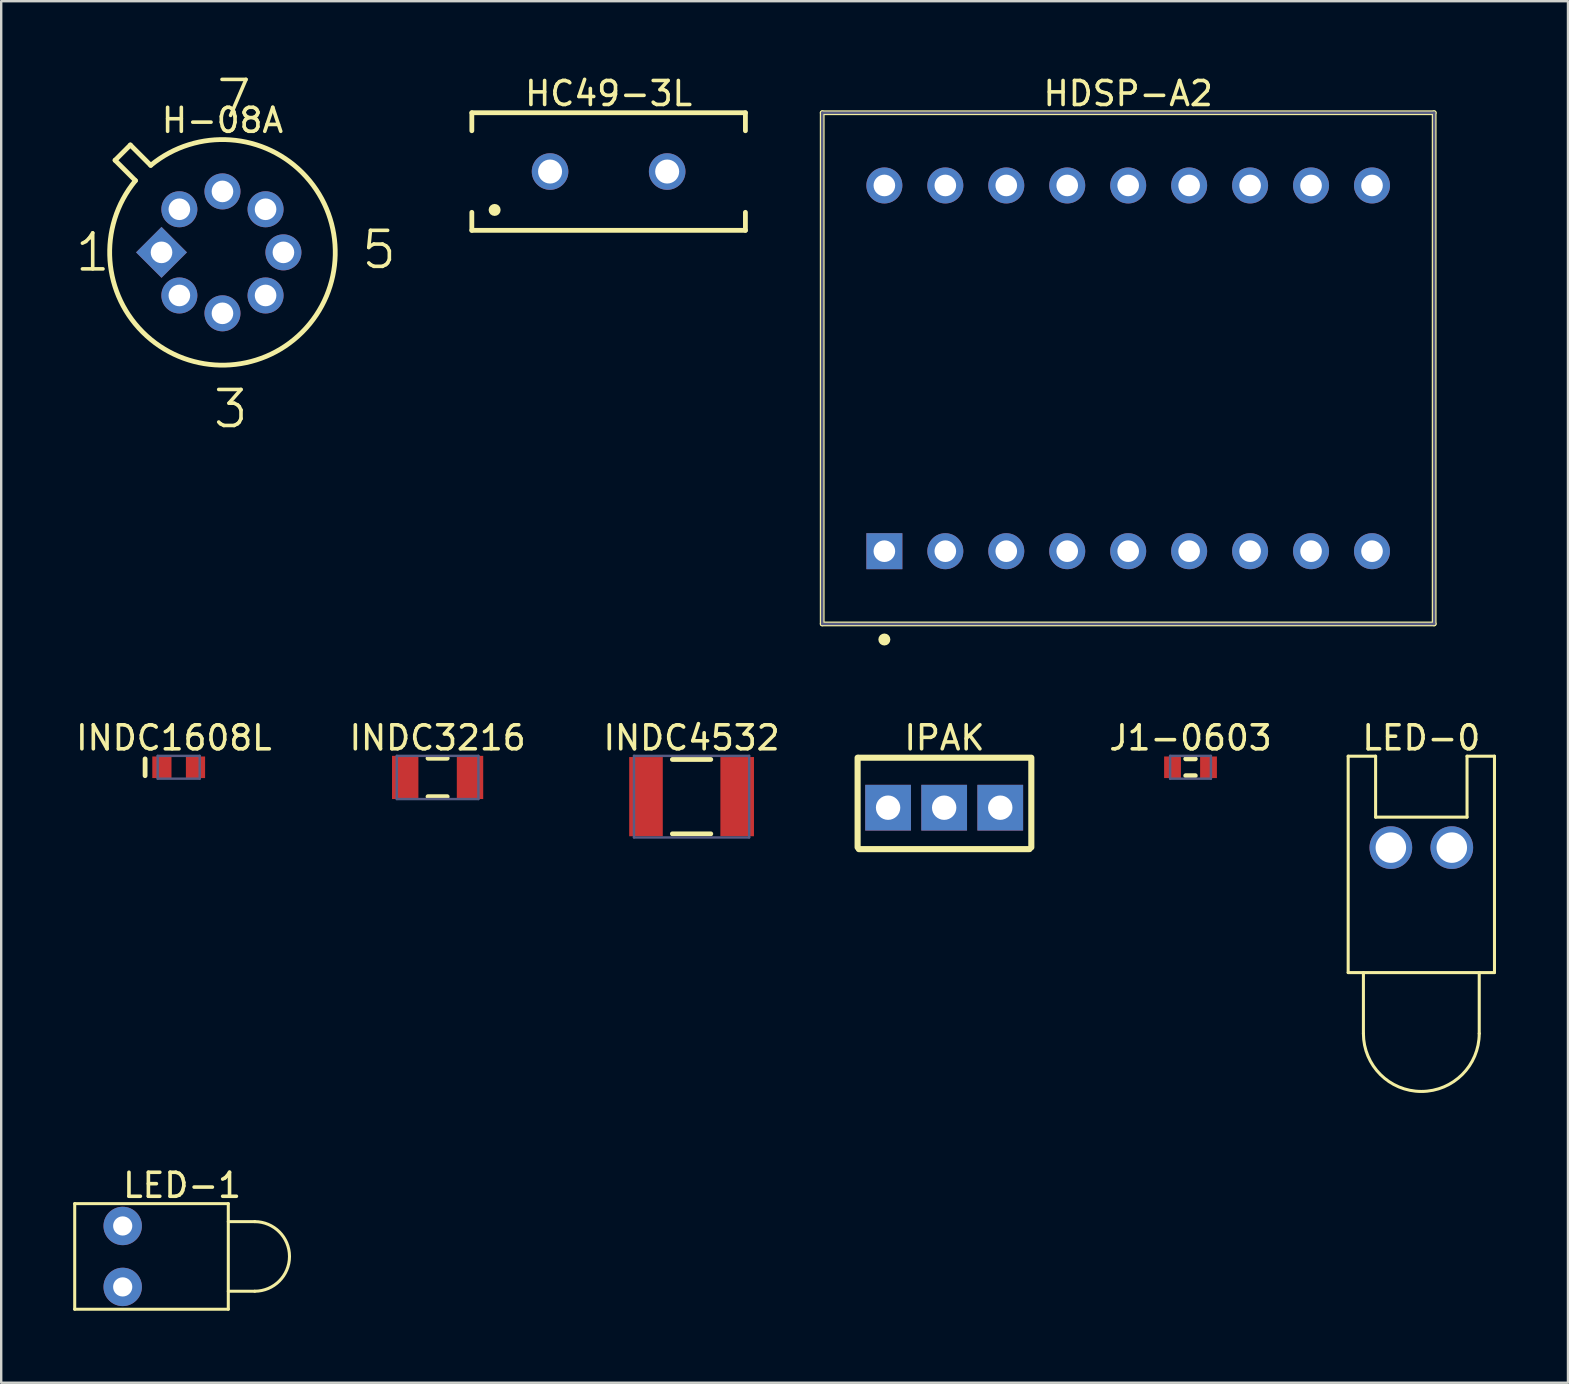
<source format=kicad_pcb>
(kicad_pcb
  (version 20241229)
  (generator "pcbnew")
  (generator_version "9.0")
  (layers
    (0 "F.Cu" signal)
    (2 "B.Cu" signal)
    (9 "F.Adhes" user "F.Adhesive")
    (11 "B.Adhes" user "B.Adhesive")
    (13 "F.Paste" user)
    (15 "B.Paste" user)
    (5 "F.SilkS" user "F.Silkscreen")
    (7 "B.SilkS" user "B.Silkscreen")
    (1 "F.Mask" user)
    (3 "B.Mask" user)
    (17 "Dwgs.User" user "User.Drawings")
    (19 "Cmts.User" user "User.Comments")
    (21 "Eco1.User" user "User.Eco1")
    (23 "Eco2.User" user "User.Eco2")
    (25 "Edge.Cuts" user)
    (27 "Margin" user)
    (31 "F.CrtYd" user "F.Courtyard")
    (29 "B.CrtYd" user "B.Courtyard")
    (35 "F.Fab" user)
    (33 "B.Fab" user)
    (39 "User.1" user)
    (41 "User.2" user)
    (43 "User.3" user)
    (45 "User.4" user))
  (footprint "INDC1608L"
    (layer "F.Cu")
    (at 4.396 28.922)
    (property "Reference" "INDC1608L" (at -0.2 -1.225 0) (layer "F.SilkS") (effects (font (size 1 1) (thickness 0.15))))
    (fp_line (start -1.4 0.35) (end -1.4 -0.35) (stroke (width 0.2) (type solid)) (layer "F.SilkS"))
    (fp_line (start -1.2 -0.55) (end 1.2 -0.55) (stroke (width 0.1) (type solid)) (layer "Eco2.User"))
    (fp_line (start -1.2 0.55) (end -1.2 -0.55) (stroke (width 0.1) (type solid)) (layer "Eco2.User"))
    (fp_line (start -1.2 0.55) (end 1.2 0.55) (stroke (width 0.1) (type solid)) (layer "Eco2.User"))
    (fp_line (start -0.475 0) (end 0.475 0) (stroke (width 0.1) (type solid)) (layer "Eco2.User"))
    (fp_line (start 0 0.475) (end 0 -0.475) (stroke (width 0.1) (type solid)) (layer "Eco2.User"))
    (fp_line (start 1.2 0.55) (end 1.2 -0.55) (stroke (width 0.1) (type solid)) (layer "Eco2.User"))
    (fp_line (start -0.875 -0.475) (end 0.875 -0.475) (stroke (width 0.1) (type solid)) (layer "B.Fab"))
    (fp_line (start -0.875 0.475) (end -0.875 -0.475) (stroke (width 0.1) (type solid)) (layer "B.Fab"))
    (fp_line (start -0.875 0.475) (end 0.875 0.475) (stroke (width 0.1) (type solid)) (layer "B.Fab"))
    (fp_line (start 0.875 0.475) (end 0.875 -0.475) (stroke (width 0.1) (type solid)) (layer "B.Fab"))
    (pad "1" smd rect (at -0.7 0 90) (size 0.9 0.8) (layers "F.Cu" "F.Mask" "F.Paste"))
    (pad "2" smd rect (at 0.7 0 90) (size 0.9 0.8) (layers "F.Cu" "F.Mask" "F.Paste")))
  (footprint "J1-0603"
    (layer "F.Cu")
    (at 46.558 28.922)
    (property "Reference" "J1-0603" (at 0 -1.225 0) (layer "F.SilkS") (effects (font (size 1 1) (thickness 0.15))))
    (fp_line (start -0.2 -0.35) (end 0.2 -0.35) (stroke (width 0.2) (type solid)) (layer "F.SilkS"))
    (fp_line (start -0.2 0.35) (end 0.2 0.35) (stroke (width 0.2) (type solid)) (layer "F.SilkS"))
    (fp_line (start -1.2 -0.55) (end 1.2 -0.55) (stroke (width 0.1) (type solid)) (layer "Eco2.User"))
    (fp_line (start -1.2 0.55) (end -1.2 -0.55) (stroke (width 0.1) (type solid)) (layer "Eco2.User"))
    (fp_line (start -1.2 0.55) (end 1.2 0.55) (stroke (width 0.1) (type solid)) (layer "Eco2.User"))
    (fp_line (start -0.475 0) (end 0.475 0) (stroke (width 0.1) (type solid)) (layer "Eco2.User"))
    (fp_line (start 0 0.475) (end 0 -0.475) (stroke (width 0.1) (type solid)) (layer "Eco2.User"))
    (fp_line (start 1.2 0.55) (end 1.2 -0.55) (stroke (width 0.1) (type solid)) (layer "Eco2.User"))
    (fp_line (start -0.85 -0.475) (end 0.85 -0.475) (stroke (width 0.1) (type solid)) (layer "B.Fab"))
    (fp_line (start -0.85 0.475) (end -0.85 -0.475) (stroke (width 0.1) (type solid)) (layer "B.Fab"))
    (fp_line (start -0.85 0.475) (end 0.85 0.475) (stroke (width 0.1) (type solid)) (layer "B.Fab"))
    (fp_line (start 0.85 0.475) (end 0.85 -0.475) (stroke (width 0.1) (type solid)) (layer "B.Fab"))
    (pad "1" smd rect (at -0.75 0 90) (size 0.9 0.7) (layers "F.Cu" "F.Mask" "F.Paste"))
    (pad "2" smd rect (at 0.75 0 90) (size 0.9 0.7) (layers "F.Cu" "F.Mask" "F.Paste")))
  (footprint "HC49-3L"
    (layer "F.Cu")
    (at 22.311 4.098)
    (property "Reference" "HC49-3L" (at 0 -3.25 0) (layer "F.SilkS") (effects (font (size 1 1) (thickness 0.15))))
    (fp_line (start -5.7 -2.45) (end 5.7 -2.45) (stroke (width 0.2) (type solid)) (layer "F.SilkS"))
    (fp_line (start -5.7 -1.7) (end -5.7 -2.45) (stroke (width 0.2) (type solid)) (layer "F.SilkS"))
    (fp_line (start -5.7 2.45) (end -5.7 1.7) (stroke (width 0.2) (type solid)) (layer "F.SilkS"))
    (fp_line (start -5.7 2.45) (end 5.7 2.45) (stroke (width 0.2) (type solid)) (layer "F.SilkS"))
    (fp_line (start 5.7 -1.7) (end 5.7 -2.45) (stroke (width 0.2) (type solid)) (layer "F.SilkS"))
    (fp_line (start 5.7 2.45) (end 5.7 1.7) (stroke (width 0.2) (type solid)) (layer "F.SilkS"))
    (fp_circle (center -4.75 1.6) (end -4.75 1.475) (stroke (width 0.25) (type solid)) (fill no) (layer "F.SilkS"))
    (pad "1" thru_hole circle (at -2.44 0) (size 1.524 1.524) (drill 1) (layers "*.Cu" "*.Mask"))
    (pad "2" thru_hole circle (at 2.44 0) (size 1.524 1.524) (drill 1) (layers "*.Cu" "*.Mask")))
  (footprint "HDSP-A2"
    (layer "F.Cu")
    (at 43.961 12.298)
    (property "Reference" "HDSP-A2" (at 0 -11.45 0) (layer "F.SilkS") (effects (font (size 1 1) (thickness 0.15))))
    (fp_line (start -12.75 -10.65) (end 12.75 -10.65) (stroke (width 0.2) (type solid)) (layer "F.SilkS"))
    (fp_line (start -12.75 10.65) (end -12.75 -10.65) (stroke (width 0.2) (type solid)) (layer "F.SilkS"))
    (fp_line (start -12.75 10.65) (end 12.75 10.65) (stroke (width 0.2) (type solid)) (layer "F.SilkS"))
    (fp_line (start 12.75 10.65) (end 12.75 -10.65) (stroke (width 0.2) (type solid)) (layer "F.SilkS"))
    (fp_circle (center -10.16 11.3) (end -10.16 11.175) (stroke (width 0.25) (type solid)) (fill no) (layer "F.SilkS"))
    (fp_line (start -12.75 -10.65) (end 12.75 -10.65) (stroke (width 0.1) (type solid)) (layer "B.Fab"))
    (fp_line (start -12.75 10.65) (end -12.75 -10.65) (stroke (width 0.1) (type solid)) (layer "B.Fab"))
    (fp_line (start -12.75 10.65) (end 12.75 10.65) (stroke (width 0.1) (type solid)) (layer "B.Fab"))
    (fp_line (start 12.75 10.65) (end 12.75 -10.65) (stroke (width 0.1) (type solid)) (layer "B.Fab"))
    (fp_line (start -11.23 5.6) (end -10.38 0.8) (stroke (width 1.2) (type solid)) (layer "User.1"))
    (fp_line (start -10.13 6.3) (end -5.62 6.3) (stroke (width 1.2) (type solid)) (layer "User.1"))
    (fp_line (start -10.1 -0.8) (end -9.26 -5.58) (stroke (width 1.2) (type solid)) (layer "User.1"))
    (fp_line (start -10.01 5) (end -8.12 1.3) (stroke (width 0.6) (type solid)) (layer "User.1"))
    (fp_line (start -9.035 0) (end -7.58 0) (stroke (width 1.2) (type solid)) (layer "User.1"))
    (fp_line (start -8.25 -5) (end -7.67 -1.3) (stroke (width 0.6) (type solid)) (layer "User.1"))
    (fp_line (start -7.9 -6.3) (end -3.39 -6.3) (stroke (width 1.2) (type solid)) (layer "User.1"))
    (fp_line (start -7.62 4.89) (end -7.01 1.4) (stroke (width 1.2) (type solid)) (layer "User.1"))
    (fp_line (start -6.52 -1.41) (end -5.91 -4.89) (stroke (width 1.2) (type solid)) (layer "User.1"))
    (fp_line (start -5.96 0) (end -4.465 0) (stroke (width 1.2) (type solid)) (layer "User.1"))
    (fp_line (start -5.88 1.3) (end -5.28 5) (stroke (width 0.6) (type solid)) (layer "User.1"))
    (fp_line (start -5.42 -1.3) (end -3.52 -5) (stroke (width 0.6) (type solid)) (layer "User.1"))
    (fp_line (start -4.27 5.6) (end -3.42 0.8) (stroke (width 1.2) (type solid)) (layer "User.1"))
    (fp_line (start -3.13 -0.81) (end -2.3 -5.59) (stroke (width 1.2) (type solid)) (layer "User.1"))
    (fp_line (start 1.47 5.6) (end 2.32 0.8) (stroke (width 1.2) (type solid)) (layer "User.1"))
    (fp_line (start 2.57 6.3) (end 7.08 6.3) (stroke (width 1.2) (type solid)) (layer "User.1"))
    (fp_line (start 2.6 -0.8) (end 3.44 -5.58) (stroke (width 1.2) (type solid)) (layer "User.1"))
    (fp_line (start 2.69 5) (end 4.58 1.3) (stroke (width 0.6) (type solid)) (layer "User.1"))
    (fp_line (start 3.665 0) (end 5.14 0) (stroke (width 1.2) (type solid)) (layer "User.1"))
    (fp_line (start 4.45 -5) (end 5.03 -1.3) (stroke (width 0.6) (type solid)) (layer "User.1"))
    (fp_line (start 4.8 -6.3) (end 9.31 -6.3) (stroke (width 1.2) (type solid)) (layer "User.1"))
    (fp_line (start 5.08 4.89) (end 5.69 1.4) (stroke (width 1.2) (type solid)) (layer "User.1"))
    (fp_line (start 6.18 -1.41) (end 6.79 -4.89) (stroke (width 1.2) (type solid)) (layer "User.1"))
    (fp_line (start 6.76 0) (end 8.235 0) (stroke (width 1.2) (type solid)) (layer "User.1"))
    (fp_line (start 6.82 1.3) (end 7.42 5) (stroke (width 0.6) (type solid)) (layer "User.1"))
    (fp_line (start 7.28 -1.3) (end 9.18 -5) (stroke (width 0.6) (type solid)) (layer "User.1"))
    (fp_line (start 8.43 5.6) (end 9.28 0.8) (stroke (width 1.2) (type solid)) (layer "User.1"))
    (fp_line (start 9.57 -0.81) (end 10.4 -5.59) (stroke (width 1.2) (type solid)) (layer "User.1"))
    (fp_circle (center -2.1 6.4) (end -2.1 6.25) (stroke (width 1.2) (type solid)) (fill no) (layer "User.1"))
    (fp_circle (center 10.6 6.4) (end 10.6 6.25) (stroke (width 1.2) (type solid)) (fill no) (layer "User.1"))
    (pad "1" thru_hole rect (at -10.16 7.62 180) (size 1.5 1.5) (drill 0.9) (layers "*.Cu" "*.Mask"))
    (pad "2" thru_hole circle (at -7.62 7.62 180) (size 1.5 1.5) (drill 0.9) (layers "*.Cu" "*.Mask"))
    (pad "3" thru_hole circle (at -5.08 7.62 180) (size 1.5 1.5) (drill 0.9) (layers "*.Cu" "*.Mask"))
    (pad "4" thru_hole circle (at -2.54 7.62 180) (size 1.5 1.5) (drill 0.9) (layers "*.Cu" "*.Mask"))
    (pad "5" thru_hole circle (at 0 7.62 180) (size 1.5 1.5) (drill 0.9) (layers "*.Cu" "*.Mask"))
    (pad "6" thru_hole circle (at 2.54 7.62 180) (size 1.5 1.5) (drill 0.9) (layers "*.Cu" "*.Mask"))
    (pad "7" thru_hole circle (at 5.08 7.62 180) (size 1.5 1.5) (drill 0.9) (layers "*.Cu" "*.Mask"))
    (pad "8" thru_hole circle (at 7.62 7.62 180) (size 1.5 1.5) (drill 0.9) (layers "*.Cu" "*.Mask"))
    (pad "9" thru_hole circle (at 10.16 7.62 180) (size 1.5 1.5) (drill 0.9) (layers "*.Cu" "*.Mask"))
    (pad "10" thru_hole circle (at 10.16 -7.62 180) (size 1.5 1.5) (drill 0.9) (layers "*.Cu" "*.Mask"))
    (pad "11" thru_hole circle (at 7.62 -7.62 180) (size 1.5 1.5) (drill 0.9) (layers "*.Cu" "*.Mask"))
    (pad "12" thru_hole circle (at 5.08 -7.62 180) (size 1.5 1.5) (drill 0.9) (layers "*.Cu" "*.Mask"))
    (pad "13" thru_hole circle (at 2.54 -7.62 180) (size 1.5 1.5) (drill 0.9) (layers "*.Cu" "*.Mask"))
    (pad "14" thru_hole circle (at 0 -7.62 180) (size 1.5 1.5) (drill 0.9) (layers "*.Cu" "*.Mask"))
    (pad "15" thru_hole circle (at -2.54 -7.62 180) (size 1.5 1.5) (drill 0.9) (layers "*.Cu" "*.Mask"))
    (pad "16" thru_hole circle (at -5.08 -7.62 180) (size 1.5 1.5) (drill 0.9) (layers "*.Cu" "*.Mask"))
    (pad "17" thru_hole circle (at -7.62 -7.62 180) (size 1.5 1.5) (drill 0.9) (layers "*.Cu" "*.Mask"))
    (pad "18" thru_hole circle (at -10.16 -7.62 180) (size 1.5 1.5) (drill 0.9) (layers "*.Cu" "*.Mask")))
  (footprint "LED-1"
    (layer "F.Cu")
    (at 2.063 49.305)
    (property "Reference" "LED-1" (at 2.475 -2.963 0) (layer "F.SilkS") (effects (font (size 1 1) (thickness 0.15))))
    (fp_line (start -2 -2.2) (end 4.4 -2.2) (stroke (width 0.127) (type solid)) (layer "F.SilkS"))
    (fp_line (start -2 2.2) (end -2 -2.2) (stroke (width 0.127) (type solid)) (layer "F.SilkS"))
    (fp_line (start -2 2.2) (end 4.4 2.2) (stroke (width 0.127) (type solid)) (layer "F.SilkS"))
    (fp_line (start 4.4 -1.45) (end 5.5 -1.45) (stroke (width 0.127) (type solid)) (layer "F.SilkS"))
    (fp_line (start 4.4 1.45) (end 5.5 1.45) (stroke (width 0.127) (type solid)) (layer "F.SilkS"))
    (fp_line (start 4.4 2.2) (end 4.4 -2.2) (stroke (width 0.127) (type solid)) (layer "F.SilkS"))
    (fp_arc (start 5.5 -1.45) (mid 6.95 0) (end 5.5 1.45) (stroke (width 0.127) (type solid)) (layer "F.SilkS"))
    (pad "1" thru_hole circle (at 0 -1.27 180) (size 1.6 1.6) (drill 0.8) (layers "*.Cu" "*.Mask"))
    (pad "2" thru_hole circle (at 0 1.27 180) (size 1.6 1.6) (drill 0.8) (layers "*.Cu" "*.Mask")))
  (footprint "INDC4532"
    (layer "F.Cu")
    (at 25.768 30.146)
    (property "Reference" "INDC4532" (at 0 -2.45 0) (layer "F.SilkS") (effects (font (size 1 1) (thickness 0.15))))
    (fp_line (start -0.8 -1.55) (end 0.8 -1.55) (stroke (width 0.2) (type solid)) (layer "F.SilkS"))
    (fp_line (start -0.8 1.55) (end 0.8 1.55) (stroke (width 0.2) (type solid)) (layer "F.SilkS"))
    (fp_line (start -2.7 -1.75) (end 2.7 -1.75) (stroke (width 0.1) (type solid)) (layer "Eco2.User"))
    (fp_line (start -2.7 1.75) (end -2.7 -1.75) (stroke (width 0.1) (type solid)) (layer "Eco2.User"))
    (fp_line (start -2.7 1.75) (end 2.7 1.75) (stroke (width 0.1) (type solid)) (layer "Eco2.User"))
    (fp_line (start -0.5 0) (end 0.5 0) (stroke (width 0.1) (type solid)) (layer "Eco2.User"))
    (fp_line (start 0 0.5) (end 0 -0.5) (stroke (width 0.1) (type solid)) (layer "Eco2.User"))
    (fp_line (start 2.7 1.75) (end 2.7 -1.75) (stroke (width 0.1) (type solid)) (layer "Eco2.User"))
    (fp_line (start -2.4 -1.7) (end 2.4 -1.7) (stroke (width 0.1) (type solid)) (layer "B.Fab"))
    (fp_line (start -2.4 1.7) (end -2.4 -1.7) (stroke (width 0.1) (type solid)) (layer "B.Fab"))
    (fp_line (start -2.4 1.7) (end 2.4 1.7) (stroke (width 0.1) (type solid)) (layer "B.Fab"))
    (fp_line (start 2.4 1.7) (end 2.4 -1.7) (stroke (width 0.1) (type solid)) (layer "B.Fab"))
    (pad "1" smd rect (at -1.9 0 90) (size 3.3 1.4) (layers "F.Cu" "F.Mask" "F.Paste"))
    (pad "2" smd rect (at 1.9 0 90) (size 3.3 1.4) (layers "F.Cu" "F.Mask" "F.Paste")))
  (footprint "H-08A"
    (layer "F.Cu")
    (at 6.22 7.466)
    (property "Reference" "H-08A" (at 0 -5.5 0) (layer "F.SilkS") (effects (font (size 1 1) (thickness 0.15))))
    (fp_line (start -4.475 -3.838) (end -3.838 -4.475) (stroke (width 0.2) (type solid)) (layer "F.SilkS"))
    (fp_line (start -4.475 -3.838) (end -3.626 -2.99) (stroke (width 0.2) (type solid)) (layer "F.SilkS"))
    (fp_line (start -3.838 -4.475) (end -2.99 -3.626) (stroke (width 0.2) (type solid)) (layer "F.SilkS"))
    (fp_arc (start -2.989941 -3.626315) (mid 3.323395 3.323395) (end -3.626315 -2.989941) (stroke (width 0.2) (type solid)) (layer "F.SilkS"))
    (fp_line (start -0.5 0) (end 0.5 0) (stroke (width 0.1) (type solid)) (layer "Eco2.User"))
    (fp_line (start 0 0.5) (end 0 -0.5) (stroke (width 0.1) (type solid)) (layer "Eco2.User"))
    (fp_text user "3" (at -0.469 7.404 0) (unlocked yes) (layer "F.SilkS") (effects (font (size 1.5 1.5) (thickness 0.15)) (justify left bottom)))
    (fp_text user "7" (at -0.332 -5.516 0) (unlocked yes) (layer "F.SilkS") (effects (font (size 1.5 1.5) (thickness 0.15)) (justify left bottom)))
    (fp_text user "1" (at -6.22 0.88 0) (unlocked yes) (layer "F.SilkS") (effects (font (size 1.5 1.5) (thickness 0.15)) (justify left bottom)))
    (fp_text user "5" (at 5.712 0.773 0) (unlocked yes) (layer "F.SilkS") (effects (font (size 1.5 1.5) (thickness 0.15)) (justify left bottom)))
    (pad "1" thru_hole rect (at -2.54 0 45) (size 1.5 1.5) (drill 0.9) (layers "*.Cu" "*.Mask"))
    (pad "2" thru_hole circle (at -1.796 1.796) (size 1.5 1.5) (drill 0.9) (layers "*.Cu" "*.Mask"))
    (pad "3" thru_hole circle (at 0 2.54) (size 1.5 1.5) (drill 0.9) (layers "*.Cu" "*.Mask"))
    (pad "4" thru_hole circle (at 1.796 1.796) (size 1.5 1.5) (drill 0.9) (layers "*.Cu" "*.Mask"))
    (pad "5" thru_hole circle (at 2.54 0) (size 1.5 1.5) (drill 0.9) (layers "*.Cu" "*.Mask"))
    (pad "6" thru_hole circle (at 1.796 -1.796) (size 1.5 1.5) (drill 0.9) (layers "*.Cu" "*.Mask"))
    (pad "7" thru_hole circle (at 0 -2.54) (size 1.5 1.5) (drill 0.9) (layers "*.Cu" "*.Mask"))
    (pad "8" thru_hole circle (at -1.796 -1.796) (size 1.5 1.5) (drill 0.9) (layers "*.Cu" "*.Mask")))
  (footprint "INDC3216"
    (layer "F.Cu")
    (at 15.185 29.346)
    (property "Reference" "INDC3216" (at 0 -1.65 0) (layer "F.SilkS") (effects (font (size 1 1) (thickness 0.15))))
    (fp_line (start -0.4 -0.8) (end 0.4 -0.8) (stroke (width 0.2) (type solid)) (layer "F.SilkS"))
    (fp_line (start -0.4 0.8) (end 0.4 0.8) (stroke (width 0.2) (type solid)) (layer "F.SilkS"))
    (fp_line (start -2 -1) (end 2 -1) (stroke (width 0.1) (type solid)) (layer "Eco2.User"))
    (fp_line (start -2 1) (end -2 -1) (stroke (width 0.1) (type solid)) (layer "Eco2.User"))
    (fp_line (start -2 1) (end 2 1) (stroke (width 0.1) (type solid)) (layer "Eco2.User"))
    (fp_line (start -0.5 0) (end 0.5 0) (stroke (width 0.1) (type solid)) (layer "Eco2.User"))
    (fp_line (start 0 0.5) (end 0 -0.5) (stroke (width 0.1) (type solid)) (layer "Eco2.User"))
    (fp_line (start 2 1) (end 2 -1) (stroke (width 0.1) (type solid)) (layer "Eco2.User"))
    (fp_line (start -1.7 -0.9) (end 1.7 -0.9) (stroke (width 0.1) (type solid)) (layer "B.Fab"))
    (fp_line (start -1.7 0.9) (end -1.7 -0.9) (stroke (width 0.1) (type solid)) (layer "B.Fab"))
    (fp_line (start -1.7 0.9) (end 1.7 0.9) (stroke (width 0.1) (type solid)) (layer "B.Fab"))
    (fp_line (start 1.7 0.9) (end 1.7 -0.9) (stroke (width 0.1) (type solid)) (layer "B.Fab"))
    (pad "1" smd rect (at -1.35 0 90) (size 1.8 1.1) (layers "F.Cu" "F.Mask" "F.Paste"))
    (pad "2" smd rect (at 1.35 0 90) (size 1.8 1.1) (layers "F.Cu" "F.Mask" "F.Paste")))
  (footprint "IPAK"
    (layer "F.Cu")
    (at 36.293 30.606)
    (property "Reference" "IPAK" (at 0.013 -2.91 0) (layer "F.SilkS") (effects (font (size 1 1) (thickness 0.15))))
    (fp_line (start -3.607 1.651) (end -3.607 -2.083) (stroke (width 0.254) (type solid)) (layer "F.SilkS"))
    (fp_line (start -3.556 -2.083) (end 3.556 -2.083) (stroke (width 0.254) (type solid)) (layer "F.SilkS"))
    (fp_line (start -3.556 1.727) (end 3.556 1.727) (stroke (width 0.254) (type solid)) (layer "F.SilkS"))
    (fp_line (start 3.632 1.651) (end 3.632 -2.083) (stroke (width 0.254) (type solid)) (layer "F.SilkS"))
    (pad "1" thru_hole rect (at -2.337 0) (size 1.905 1.905) (drill 1.016) (layers "*.Cu" "*.Mask"))
    (pad "2" thru_hole rect (at 0 0) (size 1.905 1.905) (drill 1.016) (layers "*.Cu" "*.Mask"))
    (pad "3" thru_hole rect (at 2.337 0) (size 1.905 1.905) (drill 1.016) (layers "*.Cu" "*.Mask")))
  (footprint "LED-0"
    (layer "F.Cu")
    (at 56.176 32.27)
    (property "Reference" "LED-0" (at 0 -4.574 0) (layer "F.SilkS") (effects (font (size 1 1) (thickness 0.15))))
    (fp_line (start -3.048 -3.81) (end -1.905 -3.81) (stroke (width 0.127) (type solid)) (layer "F.SilkS"))
    (fp_line (start -3.048 5.207) (end -3.048 -3.81) (stroke (width 0.127) (type solid)) (layer "F.SilkS"))
    (fp_line (start -3.048 5.207) (end 3.048 5.207) (stroke (width 0.127) (type solid)) (layer "F.SilkS"))
    (fp_line (start -2.413 7.747) (end -2.413 5.207) (stroke (width 0.127) (type solid)) (layer "F.SilkS"))
    (fp_line (start -1.905 -1.27) (end -1.905 -3.81) (stroke (width 0.127) (type solid)) (layer "F.SilkS"))
    (fp_line (start -1.905 -1.27) (end 1.905 -1.27) (stroke (width 0.127) (type solid)) (layer "F.SilkS"))
    (fp_line (start 1.905 -3.81) (end 3.048 -3.81) (stroke (width 0.127) (type solid)) (layer "F.SilkS"))
    (fp_line (start 1.905 -1.27) (end 1.905 -3.81) (stroke (width 0.127) (type solid)) (layer "F.SilkS"))
    (fp_line (start 2.413 7.747) (end 2.413 5.207) (stroke (width 0.127) (type solid)) (layer "F.SilkS"))
    (fp_line (start 3.048 5.207) (end 3.048 -3.81) (stroke (width 0.127) (type solid)) (layer "F.SilkS"))
    (fp_arc (start 2.413 7.747) (mid 0 10.16) (end -2.413 7.747) (stroke (width 0.127) (type solid)) (layer "F.SilkS"))
    (pad "1" thru_hole circle (at 1.27 0 180) (size 1.778 1.778) (drill 1.27) (layers "*.Cu" "*.Mask"))
    (pad "2" thru_hole circle (at -1.27 0 180) (size 1.778 1.778) (drill 1.27) (layers "*.Cu" "*.Mask")))
  (gr_rect
    (start -3 -3)
    (end 62.287 54.569)
    (stroke (width 0.1) (type default))
    (fill no)
    (layer "Edge.Cuts")))
</source>
